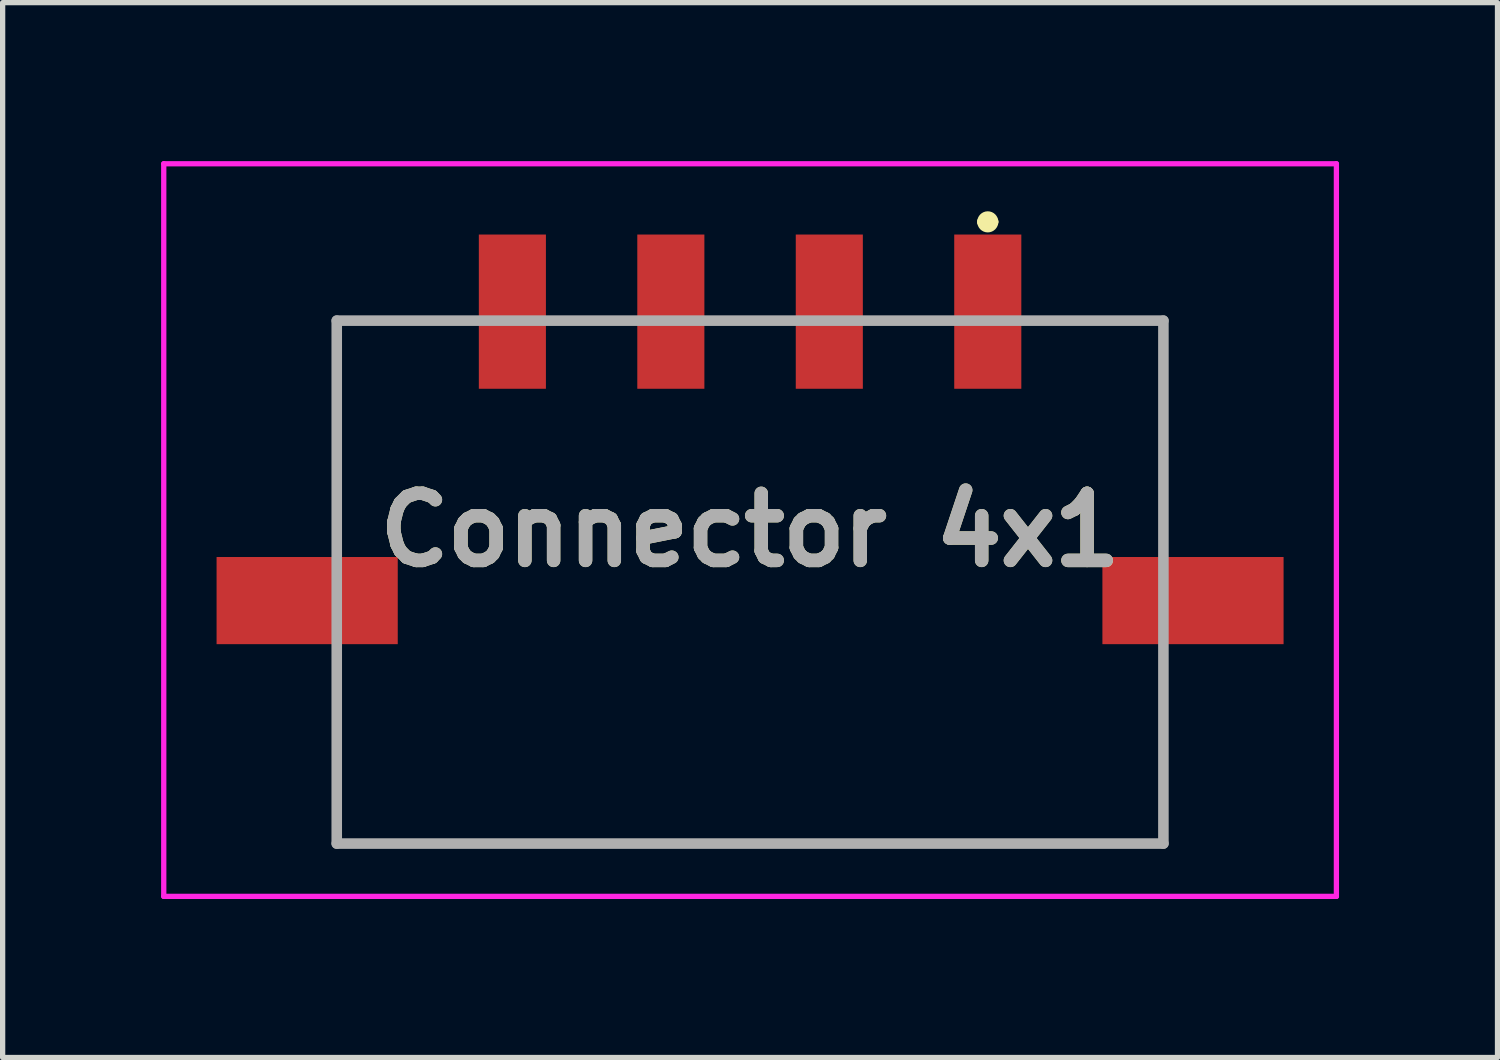
<source format=kicad_pcb>
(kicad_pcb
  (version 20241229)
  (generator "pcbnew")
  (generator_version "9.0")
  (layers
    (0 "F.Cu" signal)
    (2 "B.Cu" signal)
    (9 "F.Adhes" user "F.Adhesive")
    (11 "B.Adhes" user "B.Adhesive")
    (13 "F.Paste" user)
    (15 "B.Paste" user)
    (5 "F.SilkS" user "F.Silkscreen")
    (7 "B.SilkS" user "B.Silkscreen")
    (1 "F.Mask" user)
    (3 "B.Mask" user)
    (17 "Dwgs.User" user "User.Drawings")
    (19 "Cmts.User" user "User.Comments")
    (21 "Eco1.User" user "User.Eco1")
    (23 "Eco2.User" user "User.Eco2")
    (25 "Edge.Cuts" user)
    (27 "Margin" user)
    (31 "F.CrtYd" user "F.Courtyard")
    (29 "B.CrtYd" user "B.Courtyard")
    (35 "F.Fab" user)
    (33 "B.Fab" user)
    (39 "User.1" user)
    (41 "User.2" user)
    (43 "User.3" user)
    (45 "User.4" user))
  (footprint "Connector 4x1"
    (layer "F.Cu")
    (at 11.15 6.985)
    (property "Reference" "Connector 4x1" (at 0 0 0) (layer "F.SilkS") (effects (font (size 1.27 1.27) (thickness 0.254))))
    (attr smd)
    (fp_line (start -7.825 -3.965) (end -6 -3.965) (stroke (width 0.1) (type solid)) (layer "F.SilkS"))
    (fp_line (start -7.825 -0.135) (end -7.825 -3.965) (stroke (width 0.1) (type solid)) (layer "F.SilkS"))
    (fp_line (start -7.825 2.365) (end -7.825 5.935) (stroke (width 0.1) (type solid)) (layer "F.SilkS"))
    (fp_line (start -7.825 5.935) (end 7.825 5.935) (stroke (width 0.1) (type solid)) (layer "F.SilkS"))
    (fp_line (start 4.4 -5.835) (end 4.4 -5.835) (stroke (width 0.2) (type solid)) (layer "F.SilkS"))
    (fp_line (start 4.6 -5.835) (end 4.6 -5.835) (stroke (width 0.2) (type solid)) (layer "F.SilkS"))
    (fp_line (start 6 -3.965) (end 7.825 -3.965) (stroke (width 0.1) (type solid)) (layer "F.SilkS"))
    (fp_line (start 7.825 -3.965) (end 7.825 -0.135) (stroke (width 0.1) (type solid)) (layer "F.SilkS"))
    (fp_line (start 7.825 5.935) (end 7.825 2.365) (stroke (width 0.1) (type solid)) (layer "F.SilkS"))
    (fp_arc (start 4.4 -5.835) (mid 4.5 -5.935) (end 4.6 -5.835) (stroke (width 0.2) (type solid)) (layer "F.SilkS"))
    (fp_arc (start 4.6 -5.835) (mid 4.5 -5.735) (end 4.4 -5.835) (stroke (width 0.2) (type solid)) (layer "F.SilkS"))
    (fp_line (start -11.1 -6.935) (end 11.1 -6.935) (stroke (width 0.1) (type solid)) (layer "F.CrtYd"))
    (fp_line (start -11.1 6.935) (end -11.1 -6.935) (stroke (width 0.1) (type solid)) (layer "F.CrtYd"))
    (fp_line (start 11.1 -6.935) (end 11.1 6.935) (stroke (width 0.1) (type solid)) (layer "F.CrtYd"))
    (fp_line (start 11.1 6.935) (end -11.1 6.935) (stroke (width 0.1) (type solid)) (layer "F.CrtYd"))
    (fp_line (start -7.825 -3.965) (end 7.825 -3.965) (stroke (width 0.2) (type solid)) (layer "F.Fab"))
    (fp_line (start -7.825 5.935) (end -7.825 -3.965) (stroke (width 0.2) (type solid)) (layer "F.Fab"))
    (fp_line (start 7.825 -3.965) (end 7.825 5.935) (stroke (width 0.2) (type solid)) (layer "F.Fab"))
    (fp_line (start 7.825 5.935) (end -7.825 5.935) (stroke (width 0.2) (type solid)) (layer "F.Fab"))
    (fp_text user "${REFERENCE}" (at 0 0 0) (layer "F.Fab") (effects (font (size 1.27 1.27) (thickness 0.254))))
    (pad "1" smd rect (at 4.5 -4.135) (size 1.27 2.92) (layers "F.Cu" "F.Mask" "F.Paste"))
    (pad "2" smd rect (at 1.5 -4.135) (size 1.27 2.92) (layers "F.Cu" "F.Mask" "F.Paste"))
    (pad "3" smd rect (at -1.5 -4.135) (size 1.27 2.92) (layers "F.Cu" "F.Mask" "F.Paste"))
    (pad "4" smd rect (at -4.5 -4.135) (size 1.27 2.92) (layers "F.Cu" "F.Mask" "F.Paste"))
    (pad "5" smd rect (at -8.385 1.335 90) (size 1.65 3.43) (layers "F.Cu" "F.Mask" "F.Paste"))
    (pad "6" smd rect (at 8.385 1.335 90) (size 1.65 3.43) (layers "F.Cu" "F.Mask" "F.Paste")))
  (gr_rect
    (start -3 -3)
    (end 25.3 16.97)
    (stroke (width 0.1) (type default))
    (fill no)
    (layer "Edge.Cuts")))
</source>
